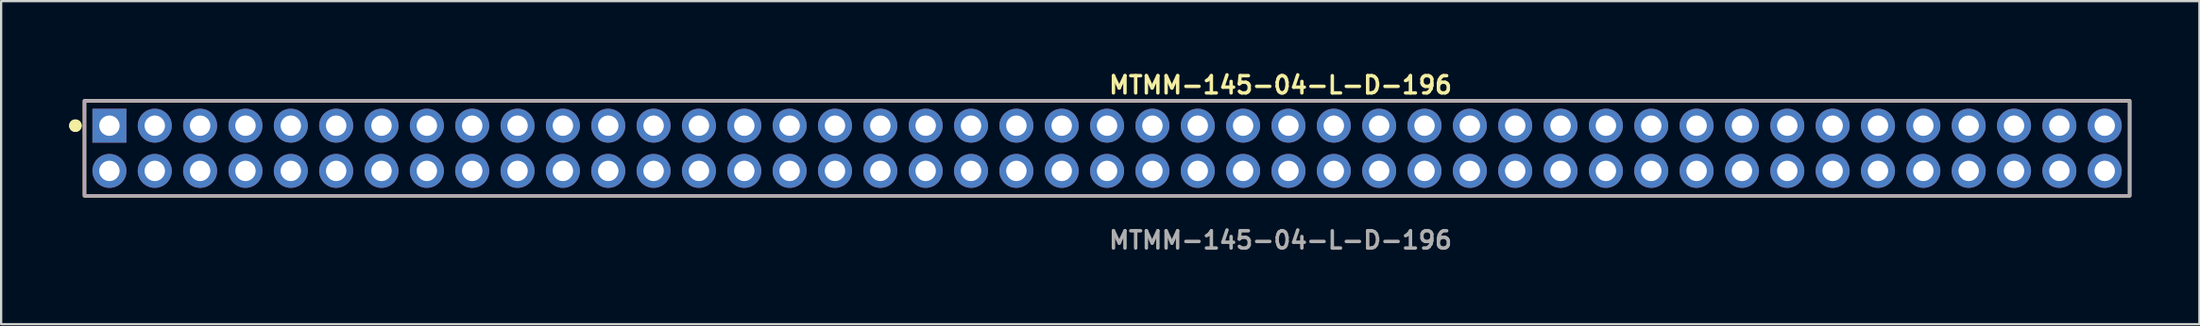
<source format=kicad_pcb>
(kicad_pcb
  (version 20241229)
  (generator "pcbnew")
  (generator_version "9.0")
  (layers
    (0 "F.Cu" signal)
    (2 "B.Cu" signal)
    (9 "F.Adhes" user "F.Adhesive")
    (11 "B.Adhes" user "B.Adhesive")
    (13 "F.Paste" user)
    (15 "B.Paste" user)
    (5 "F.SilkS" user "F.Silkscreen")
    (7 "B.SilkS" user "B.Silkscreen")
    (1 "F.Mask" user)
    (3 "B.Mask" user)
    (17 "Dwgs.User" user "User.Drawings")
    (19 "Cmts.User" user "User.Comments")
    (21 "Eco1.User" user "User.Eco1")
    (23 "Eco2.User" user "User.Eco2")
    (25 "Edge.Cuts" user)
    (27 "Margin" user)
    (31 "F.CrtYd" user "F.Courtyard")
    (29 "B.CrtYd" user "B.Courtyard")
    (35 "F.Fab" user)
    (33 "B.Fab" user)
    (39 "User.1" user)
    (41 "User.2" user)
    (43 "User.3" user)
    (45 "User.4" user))
  (footprint "MTMM-145-04-L-D-196"
    (layer "F.Cu")
    (at 45.776 3.507)
    (property "Reference" "MTMM-145-04-L-D-196" (at 0 -2.794 0) (unlocked yes) (layer "F.SilkS") (effects (font (size 0.762 0.762) (thickness 0.152)) (justify left)))
    (fp_rect (start -45.1 2.1) (end 45.1 -2.1) (stroke (width 0.152) (type solid)) (fill no) (layer "F.SilkS"))
    (fp_circle (center -45.5 -1) (end -45.7 -1) (stroke (width 0.152) (type solid)) (fill yes) (layer "F.SilkS"))
    (fp_circle (center -45.5 -1) (end -45.7 -1) (stroke (width 0.152) (type solid)) (fill yes) (layer "F.SilkS"))
    (fp_rect (start -45.1 2.1) (end 45.1 -2.1) (stroke (width 0.006) (type solid)) (fill no) (layer "F.CrtYd"))
    (fp_rect (start -45.1 2.1) (end 45.1 -2.1) (stroke (width 0.152) (type solid)) (fill no) (layer "F.Fab"))
    (fp_text user "${REFERENCE}" (at 0 4.064 0) (unlocked yes) (layer "F.Fab") (effects (font (size 0.762 0.762) (thickness 0.152)) (justify left)))
    (pad "1" thru_hole rect (at -44 -1) (size 1.5 1.5) (drill 0.9) (layers "*.Cu" "*.Mask"))
    (pad "2" thru_hole circle (at -44 1) (size 1.5 1.5) (drill 0.9) (layers "*.Cu" "*.Mask"))
    (pad "3" thru_hole circle (at -42 -1) (size 1.5 1.5) (drill 0.9) (layers "*.Cu" "*.Mask"))
    (pad "4" thru_hole circle (at -42 1) (size 1.5 1.5) (drill 0.9) (layers "*.Cu" "*.Mask"))
    (pad "5" thru_hole circle (at -40 -1) (size 1.5 1.5) (drill 0.9) (layers "*.Cu" "*.Mask"))
    (pad "6" thru_hole circle (at -40 1) (size 1.5 1.5) (drill 0.9) (layers "*.Cu" "*.Mask"))
    (pad "7" thru_hole circle (at -38 -1) (size 1.5 1.5) (drill 0.9) (layers "*.Cu" "*.Mask"))
    (pad "8" thru_hole circle (at -38 1) (size 1.5 1.5) (drill 0.9) (layers "*.Cu" "*.Mask"))
    (pad "9" thru_hole circle (at -36 -1) (size 1.5 1.5) (drill 0.9) (layers "*.Cu" "*.Mask"))
    (pad "10" thru_hole circle (at -36 1) (size 1.5 1.5) (drill 0.9) (layers "*.Cu" "*.Mask"))
    (pad "11" thru_hole circle (at -34 -1) (size 1.5 1.5) (drill 0.9) (layers "*.Cu" "*.Mask"))
    (pad "12" thru_hole circle (at -34 1) (size 1.5 1.5) (drill 0.9) (layers "*.Cu" "*.Mask"))
    (pad "13" thru_hole circle (at -32 -1) (size 1.5 1.5) (drill 0.9) (layers "*.Cu" "*.Mask"))
    (pad "14" thru_hole circle (at -32 1) (size 1.5 1.5) (drill 0.9) (layers "*.Cu" "*.Mask"))
    (pad "15" thru_hole circle (at -30 -1) (size 1.5 1.5) (drill 0.9) (layers "*.Cu" "*.Mask"))
    (pad "16" thru_hole circle (at -30 1) (size 1.5 1.5) (drill 0.9) (layers "*.Cu" "*.Mask"))
    (pad "17" thru_hole circle (at -28 -1) (size 1.5 1.5) (drill 0.9) (layers "*.Cu" "*.Mask"))
    (pad "18" thru_hole circle (at -28 1) (size 1.5 1.5) (drill 0.9) (layers "*.Cu" "*.Mask"))
    (pad "19" thru_hole circle (at -26 -1) (size 1.5 1.5) (drill 0.9) (layers "*.Cu" "*.Mask"))
    (pad "20" thru_hole circle (at -26 1) (size 1.5 1.5) (drill 0.9) (layers "*.Cu" "*.Mask"))
    (pad "21" thru_hole circle (at -24 -1) (size 1.5 1.5) (drill 0.9) (layers "*.Cu" "*.Mask"))
    (pad "22" thru_hole circle (at -24 1) (size 1.5 1.5) (drill 0.9) (layers "*.Cu" "*.Mask"))
    (pad "23" thru_hole circle (at -22 -1) (size 1.5 1.5) (drill 0.9) (layers "*.Cu" "*.Mask"))
    (pad "24" thru_hole circle (at -22 1) (size 1.5 1.5) (drill 0.9) (layers "*.Cu" "*.Mask"))
    (pad "25" thru_hole circle (at -20 -1) (size 1.5 1.5) (drill 0.9) (layers "*.Cu" "*.Mask"))
    (pad "26" thru_hole circle (at -20 1) (size 1.5 1.5) (drill 0.9) (layers "*.Cu" "*.Mask"))
    (pad "27" thru_hole circle (at -18 -1) (size 1.5 1.5) (drill 0.9) (layers "*.Cu" "*.Mask"))
    (pad "28" thru_hole circle (at -18 1) (size 1.5 1.5) (drill 0.9) (layers "*.Cu" "*.Mask"))
    (pad "29" thru_hole circle (at -16 -1) (size 1.5 1.5) (drill 0.9) (layers "*.Cu" "*.Mask"))
    (pad "30" thru_hole circle (at -16 1) (size 1.5 1.5) (drill 0.9) (layers "*.Cu" "*.Mask"))
    (pad "31" thru_hole circle (at -14 -1) (size 1.5 1.5) (drill 0.9) (layers "*.Cu" "*.Mask"))
    (pad "32" thru_hole circle (at -14 1) (size 1.5 1.5) (drill 0.9) (layers "*.Cu" "*.Mask"))
    (pad "33" thru_hole circle (at -12 -1) (size 1.5 1.5) (drill 0.9) (layers "*.Cu" "*.Mask"))
    (pad "34" thru_hole circle (at -12 1) (size 1.5 1.5) (drill 0.9) (layers "*.Cu" "*.Mask"))
    (pad "35" thru_hole circle (at -10 -1) (size 1.5 1.5) (drill 0.9) (layers "*.Cu" "*.Mask"))
    (pad "36" thru_hole circle (at -10 1) (size 1.5 1.5) (drill 0.9) (layers "*.Cu" "*.Mask"))
    (pad "37" thru_hole circle (at -8 -1) (size 1.5 1.5) (drill 0.9) (layers "*.Cu" "*.Mask"))
    (pad "38" thru_hole circle (at -8 1) (size 1.5 1.5) (drill 0.9) (layers "*.Cu" "*.Mask"))
    (pad "39" thru_hole circle (at -6 -1) (size 1.5 1.5) (drill 0.9) (layers "*.Cu" "*.Mask"))
    (pad "40" thru_hole circle (at -6 1) (size 1.5 1.5) (drill 0.9) (layers "*.Cu" "*.Mask"))
    (pad "41" thru_hole circle (at -4 -1) (size 1.5 1.5) (drill 0.9) (layers "*.Cu" "*.Mask"))
    (pad "42" thru_hole circle (at -4 1) (size 1.5 1.5) (drill 0.9) (layers "*.Cu" "*.Mask"))
    (pad "43" thru_hole circle (at -2 -1) (size 1.5 1.5) (drill 0.9) (layers "*.Cu" "*.Mask"))
    (pad "44" thru_hole circle (at -2 1) (size 1.5 1.5) (drill 0.9) (layers "*.Cu" "*.Mask"))
    (pad "45" thru_hole circle (at 0 -1) (size 1.5 1.5) (drill 0.9) (layers "*.Cu" "*.Mask"))
    (pad "46" thru_hole circle (at 0 1) (size 1.5 1.5) (drill 0.9) (layers "*.Cu" "*.Mask"))
    (pad "47" thru_hole circle (at 2 -1) (size 1.5 1.5) (drill 0.9) (layers "*.Cu" "*.Mask"))
    (pad "48" thru_hole circle (at 2 1) (size 1.5 1.5) (drill 0.9) (layers "*.Cu" "*.Mask"))
    (pad "49" thru_hole circle (at 4 -1) (size 1.5 1.5) (drill 0.9) (layers "*.Cu" "*.Mask"))
    (pad "50" thru_hole circle (at 4 1) (size 1.5 1.5) (drill 0.9) (layers "*.Cu" "*.Mask"))
    (pad "51" thru_hole circle (at 6 -1) (size 1.5 1.5) (drill 0.9) (layers "*.Cu" "*.Mask"))
    (pad "52" thru_hole circle (at 6 1) (size 1.5 1.5) (drill 0.9) (layers "*.Cu" "*.Mask"))
    (pad "53" thru_hole circle (at 8 -1) (size 1.5 1.5) (drill 0.9) (layers "*.Cu" "*.Mask"))
    (pad "54" thru_hole circle (at 8 1) (size 1.5 1.5) (drill 0.9) (layers "*.Cu" "*.Mask"))
    (pad "55" thru_hole circle (at 10 -1) (size 1.5 1.5) (drill 0.9) (layers "*.Cu" "*.Mask"))
    (pad "56" thru_hole circle (at 10 1) (size 1.5 1.5) (drill 0.9) (layers "*.Cu" "*.Mask"))
    (pad "57" thru_hole circle (at 12 -1) (size 1.5 1.5) (drill 0.9) (layers "*.Cu" "*.Mask"))
    (pad "58" thru_hole circle (at 12 1) (size 1.5 1.5) (drill 0.9) (layers "*.Cu" "*.Mask"))
    (pad "59" thru_hole circle (at 14 -1) (size 1.5 1.5) (drill 0.9) (layers "*.Cu" "*.Mask"))
    (pad "60" thru_hole circle (at 14 1) (size 1.5 1.5) (drill 0.9) (layers "*.Cu" "*.Mask"))
    (pad "61" thru_hole circle (at 16 -1) (size 1.5 1.5) (drill 0.9) (layers "*.Cu" "*.Mask"))
    (pad "62" thru_hole circle (at 16 1) (size 1.5 1.5) (drill 0.9) (layers "*.Cu" "*.Mask"))
    (pad "63" thru_hole circle (at 18 -1) (size 1.5 1.5) (drill 0.9) (layers "*.Cu" "*.Mask"))
    (pad "64" thru_hole circle (at 18 1) (size 1.5 1.5) (drill 0.9) (layers "*.Cu" "*.Mask"))
    (pad "65" thru_hole circle (at 20 -1) (size 1.5 1.5) (drill 0.9) (layers "*.Cu" "*.Mask"))
    (pad "66" thru_hole circle (at 20 1) (size 1.5 1.5) (drill 0.9) (layers "*.Cu" "*.Mask"))
    (pad "67" thru_hole circle (at 22 -1) (size 1.5 1.5) (drill 0.9) (layers "*.Cu" "*.Mask"))
    (pad "68" thru_hole circle (at 22 1) (size 1.5 1.5) (drill 0.9) (layers "*.Cu" "*.Mask"))
    (pad "69" thru_hole circle (at 24 -1) (size 1.5 1.5) (drill 0.9) (layers "*.Cu" "*.Mask"))
    (pad "70" thru_hole circle (at 24 1) (size 1.5 1.5) (drill 0.9) (layers "*.Cu" "*.Mask"))
    (pad "71" thru_hole circle (at 26 -1) (size 1.5 1.5) (drill 0.9) (layers "*.Cu" "*.Mask"))
    (pad "72" thru_hole circle (at 26 1) (size 1.5 1.5) (drill 0.9) (layers "*.Cu" "*.Mask"))
    (pad "73" thru_hole circle (at 28 -1) (size 1.5 1.5) (drill 0.9) (layers "*.Cu" "*.Mask"))
    (pad "74" thru_hole circle (at 28 1) (size 1.5 1.5) (drill 0.9) (layers "*.Cu" "*.Mask"))
    (pad "75" thru_hole circle (at 30 -1) (size 1.5 1.5) (drill 0.9) (layers "*.Cu" "*.Mask"))
    (pad "76" thru_hole circle (at 30 1) (size 1.5 1.5) (drill 0.9) (layers "*.Cu" "*.Mask"))
    (pad "77" thru_hole circle (at 32 -1) (size 1.5 1.5) (drill 0.9) (layers "*.Cu" "*.Mask"))
    (pad "78" thru_hole circle (at 32 1) (size 1.5 1.5) (drill 0.9) (layers "*.Cu" "*.Mask"))
    (pad "79" thru_hole circle (at 34 -1) (size 1.5 1.5) (drill 0.9) (layers "*.Cu" "*.Mask"))
    (pad "80" thru_hole circle (at 34 1) (size 1.5 1.5) (drill 0.9) (layers "*.Cu" "*.Mask"))
    (pad "81" thru_hole circle (at 36 -1) (size 1.5 1.5) (drill 0.9) (layers "*.Cu" "*.Mask"))
    (pad "82" thru_hole circle (at 36 1) (size 1.5 1.5) (drill 0.9) (layers "*.Cu" "*.Mask"))
    (pad "83" thru_hole circle (at 38 -1) (size 1.5 1.5) (drill 0.9) (layers "*.Cu" "*.Mask"))
    (pad "84" thru_hole circle (at 38 1) (size 1.5 1.5) (drill 0.9) (layers "*.Cu" "*.Mask"))
    (pad "85" thru_hole circle (at 40 -1) (size 1.5 1.5) (drill 0.9) (layers "*.Cu" "*.Mask"))
    (pad "86" thru_hole circle (at 40 1) (size 1.5 1.5) (drill 0.9) (layers "*.Cu" "*.Mask"))
    (pad "87" thru_hole circle (at 42 -1) (size 1.5 1.5) (drill 0.9) (layers "*.Cu" "*.Mask"))
    (pad "88" thru_hole circle (at 42 1) (size 1.5 1.5) (drill 0.9) (layers "*.Cu" "*.Mask"))
    (pad "89" thru_hole circle (at 44 -1) (size 1.5 1.5) (drill 0.9) (layers "*.Cu" "*.Mask"))
    (pad "90" thru_hole circle (at 44 1) (size 1.5 1.5) (drill 0.9) (layers "*.Cu" "*.Mask")))
  (gr_rect
    (start -3 -3)
    (end 93.952 11.284)
    (stroke (width 0.1) (type default))
    (fill no)
    (layer "Edge.Cuts")))
</source>
